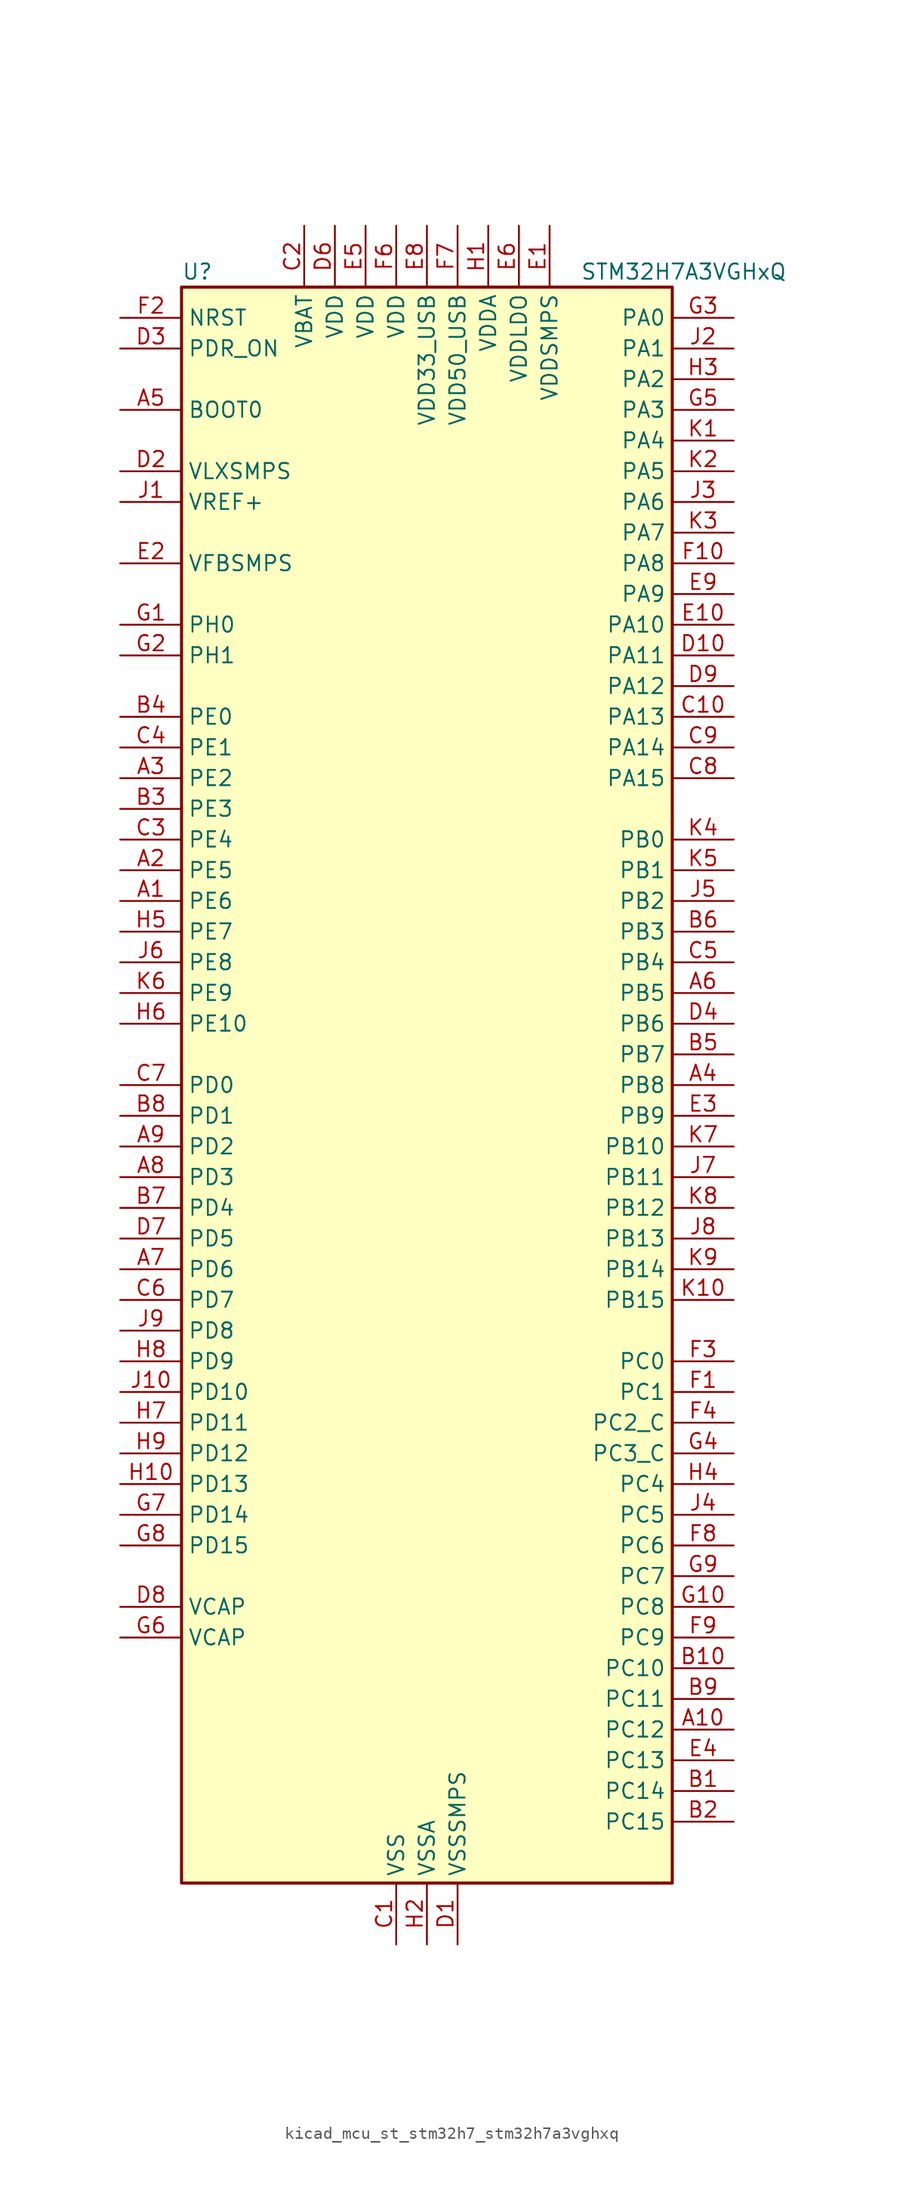
<source format=kicad_sym>
(kicad_symbol_lib
  (version 20220914)
  (generator kicad_symbol_editor)
  (symbol "kicad_mcu_st_stm32h7_stm32h7a3vghxq"
    (property "Reference" "U"
      (at -20.32 67.31 0)
      (effects (font (size 1.27 1.27)) (justify left)))
    (property "Value" "STM32H7A3VGHxQ"
      (at 12.7 67.31 0)
      (effects (font (size 1.27 1.27)) (justify left)))
    (property "ki_locked" ""
      (at 0 0 0)
      (effects (font (size 1.27 1.27))))
    (symbol "kicad_mcu_st_stm32h7_stm32h7a3vghxq_0_1"
      (rectangle (start -20.32 -66.04) (end 20.32 66.04) (stroke (width 0.254) (type default)) (fill (type background))))
    (symbol "kicad_mcu_st_stm32h7_stm32h7a3vghxq_1_1"
      (pin bidirectional line (at -25.4 15.24 0) (length 5.08) (name "PE6" (effects (font (size 1.27 1.27)))) (number "A1" (effects (font (size 1.27 1.27)))) (alternate "DCMI_D7" bidirectional line) (alternate "DEBUG_TRACED3" bidirectional line) (alternate "FMC_A22" bidirectional line) (alternate "LTDC_G1" bidirectional line) (alternate "PSSI_D7" bidirectional line) (alternate "SAI1_D1" bidirectional line) (alternate "SAI1_SD_A" bidirectional line) (alternate "SAI2_MCLK_B" bidirectional line) (alternate "SPI4_MOSI" bidirectional line) (alternate "TIM15_CH2" bidirectional line) (alternate "TIM1_BKIN2" bidirectional line) (alternate "TIM1_BKIN2_COMP1" bidirectional line) (alternate "TIM1_BKIN2_COMP2" bidirectional line))
      (pin bidirectional line (at 25.4 -53.34 180) (length 5.08) (name "PC12" (effects (font (size 1.27 1.27)))) (number "A10" (effects (font (size 1.27 1.27)))) (alternate "DCMI_D9" bidirectional line) (alternate "DEBUG_TRACED3" bidirectional line) (alternate "DFSDM2_CKOUT" bidirectional line) (alternate "I2S3_SDO" bidirectional line) (alternate "I2S6_CK" bidirectional line) (alternate "LTDC_R6" bidirectional line) (alternate "PSSI_D9" bidirectional line) (alternate "SDMMC1_CK" bidirectional line) (alternate "SPI3_MOSI" bidirectional line) (alternate "SPI6_SCK" bidirectional line) (alternate "TIM15_CH1" bidirectional line) (alternate "UART5_TX" bidirectional line) (alternate "USART3_CK" bidirectional line))
      (pin bidirectional line (at -25.4 17.78 0) (length 5.08) (name "PE5" (effects (font (size 1.27 1.27)))) (number "A2" (effects (font (size 1.27 1.27)))) (alternate "DCMI_D6" bidirectional line) (alternate "DEBUG_TRACED2" bidirectional line) (alternate "DFSDM1_CKIN3" bidirectional line) (alternate "FMC_A21" bidirectional line) (alternate "LTDC_G0" bidirectional line) (alternate "PSSI_D6" bidirectional line) (alternate "SAI1_CK2" bidirectional line) (alternate "SAI1_SCK_A" bidirectional line) (alternate "SPI4_MISO" bidirectional line) (alternate "TIM15_CH1" bidirectional line))
      (pin bidirectional line (at -25.4 25.4 0) (length 5.08) (name "PE2" (effects (font (size 1.27 1.27)))) (number "A3" (effects (font (size 1.27 1.27)))) (alternate "DEBUG_TRACECLK" bidirectional line) (alternate "FMC_A23" bidirectional line) (alternate "OCTOSPIM_P1_IO2" bidirectional line) (alternate "SAI1_CK1" bidirectional line) (alternate "SAI1_MCLK_A" bidirectional line) (alternate "SPI4_SCK" bidirectional line) (alternate "USART10_RX" bidirectional line))
      (pin bidirectional line (at 25.4 0 180) (length 5.08) (name "PB8" (effects (font (size 1.27 1.27)))) (number "A4" (effects (font (size 1.27 1.27)))) (alternate "DCMI_D6" bidirectional line) (alternate "DFSDM1_CKIN7" bidirectional line) (alternate "FDCAN1_RX" bidirectional line) (alternate "I2C1_SCL" bidirectional line) (alternate "I2C4_SCL" bidirectional line) (alternate "LTDC_B6" bidirectional line) (alternate "PSSI_D6" bidirectional line) (alternate "SDMMC1_CKIN" bidirectional line) (alternate "SDMMC1_D4" bidirectional line) (alternate "SDMMC2_D4" bidirectional line) (alternate "TIM16_CH1" bidirectional line) (alternate "TIM4_CH3" bidirectional line) (alternate "UART4_RX" bidirectional line))
      (pin input line (at -25.4 55.88 0) (length 5.08) (name "BOOT0" (effects (font (size 1.27 1.27)))) (number "A5" (effects (font (size 1.27 1.27)))))
      (pin bidirectional line (at 25.4 7.62 180) (length 5.08) (name "PB5" (effects (font (size 1.27 1.27)))) (number "A6" (effects (font (size 1.27 1.27)))) (alternate "DCMI_D10" bidirectional line) (alternate "FDCAN2_RX" bidirectional line) (alternate "FMC_SDCKE1" bidirectional line) (alternate "I2C1_SMBA" bidirectional line) (alternate "I2C4_SMBA" bidirectional line) (alternate "I2S1_SDO" bidirectional line) (alternate "I2S3_SDO" bidirectional line) (alternate "I2S6_SDO" bidirectional line) (alternate "LTDC_B5" bidirectional line) (alternate "PSSI_D10" bidirectional line) (alternate "SPI1_MOSI" bidirectional line) (alternate "SPI3_MOSI" bidirectional line) (alternate "SPI6_MOSI" bidirectional line) (alternate "TIM17_BKIN" bidirectional line) (alternate "TIM3_CH2" bidirectional line) (alternate "UART5_RX" bidirectional line) (alternate "USB_OTG_HS_ULPI_D7" bidirectional line))
      (pin bidirectional line (at -25.4 -15.24 0) (length 5.08) (name "PD6" (effects (font (size 1.27 1.27)))) (number "A7" (effects (font (size 1.27 1.27)))) (alternate "DCMI_D10" bidirectional line) (alternate "DFSDM1_CKIN4" bidirectional line) (alternate "DFSDM1_DATIN1" bidirectional line) (alternate "FMC_NWAIT" bidirectional line) (alternate "I2S3_SDO" bidirectional line) (alternate "LTDC_B2" bidirectional line) (alternate "OCTOSPIM_P1_IO6" bidirectional line) (alternate "PSSI_D10" bidirectional line) (alternate "SAI1_D1" bidirectional line) (alternate "SAI1_SD_A" bidirectional line) (alternate "SDMMC2_CK" bidirectional line) (alternate "SPI3_MOSI" bidirectional line) (alternate "USART2_RX" bidirectional line))
      (pin bidirectional line (at -25.4 -7.62 0) (length 5.08) (name "PD3" (effects (font (size 1.27 1.27)))) (number "A8" (effects (font (size 1.27 1.27)))) (alternate "DCMI_D5" bidirectional line) (alternate "DFSDM1_CKOUT" bidirectional line) (alternate "FMC_CLK" bidirectional line) (alternate "I2S2_CK" bidirectional line) (alternate "LTDC_G7" bidirectional line) (alternate "PSSI_D5" bidirectional line) (alternate "SPI2_SCK" bidirectional line) (alternate "USART2_CTS" bidirectional line) (alternate "USART2_NSS" bidirectional line))
      (pin bidirectional line (at -25.4 -5.08 0) (length 5.08) (name "PD2" (effects (font (size 1.27 1.27)))) (number "A9" (effects (font (size 1.27 1.27)))) (alternate "DCMI_D11" bidirectional line) (alternate "DEBUG_TRACED2" bidirectional line) (alternate "LTDC_B2" bidirectional line) (alternate "LTDC_B7" bidirectional line) (alternate "PSSI_D11" bidirectional line) (alternate "SDMMC1_CMD" bidirectional line) (alternate "TIM15_BKIN" bidirectional line) (alternate "TIM3_ETR" bidirectional line) (alternate "UART5_RX" bidirectional line))
      (pin bidirectional line (at 25.4 -58.42 180) (length 5.08) (name "PC14" (effects (font (size 1.27 1.27)))) (number "B1" (effects (font (size 1.27 1.27)))) (alternate "RCC_OSC32_IN" bidirectional line))
      (pin bidirectional line (at 25.4 -48.26 180) (length 5.08) (name "PC10" (effects (font (size 1.27 1.27)))) (number "B10" (effects (font (size 1.27 1.27)))) (alternate "DCMI_D8" bidirectional line) (alternate "DFSDM1_CKIN5" bidirectional line) (alternate "DFSDM2_CKIN0" bidirectional line) (alternate "I2S3_CK" bidirectional line) (alternate "LTDC_B1" bidirectional line) (alternate "LTDC_R2" bidirectional line) (alternate "OCTOSPIM_P1_IO1" bidirectional line) (alternate "PSSI_D8" bidirectional line) (alternate "SDMMC1_D2" bidirectional line) (alternate "SPI3_SCK" bidirectional line) (alternate "SWPMI1_RX" bidirectional line) (alternate "UART4_TX" bidirectional line) (alternate "USART3_TX" bidirectional line))
      (pin bidirectional line (at 25.4 -60.96 180) (length 5.08) (name "PC15" (effects (font (size 1.27 1.27)))) (number "B2" (effects (font (size 1.27 1.27)))) (alternate "ADC1_EXTI15" bidirectional line) (alternate "ADC2_EXTI15" bidirectional line) (alternate "RCC_OSC32_OUT" bidirectional line))
      (pin bidirectional line (at -25.4 22.86 0) (length 5.08) (name "PE3" (effects (font (size 1.27 1.27)))) (number "B3" (effects (font (size 1.27 1.27)))) (alternate "DEBUG_TRACED0" bidirectional line) (alternate "FMC_A19" bidirectional line) (alternate "SAI1_SD_B" bidirectional line) (alternate "TIM15_BKIN" bidirectional line) (alternate "USART10_TX" bidirectional line))
      (pin bidirectional line (at -25.4 30.48 0) (length 5.08) (name "PE0" (effects (font (size 1.27 1.27)))) (number "B4" (effects (font (size 1.27 1.27)))) (alternate "DCMI_D2" bidirectional line) (alternate "FMC_NBL0" bidirectional line) (alternate "LPTIM1_ETR" bidirectional line) (alternate "LPTIM2_ETR" bidirectional line) (alternate "LTDC_R0" bidirectional line) (alternate "PSSI_D2" bidirectional line) (alternate "SAI2_MCLK_A" bidirectional line) (alternate "TIM4_ETR" bidirectional line) (alternate "UART8_RX" bidirectional line))
      (pin bidirectional line (at 25.4 2.54 180) (length 5.08) (name "PB7" (effects (font (size 1.27 1.27)))) (number "B5" (effects (font (size 1.27 1.27)))) (alternate "DCMI_VSYNC" bidirectional line) (alternate "DFSDM1_CKIN5" bidirectional line) (alternate "FMC_NL" bidirectional line) (alternate "I2C1_SDA" bidirectional line) (alternate "I2C4_SDA" bidirectional line) (alternate "LPUART1_RX" bidirectional line) (alternate "PSSI_RDY" bidirectional line) (alternate "PWR_PVD_IN" bidirectional line) (alternate "TIM17_CH1N" bidirectional line) (alternate "TIM4_CH2" bidirectional line) (alternate "USART1_RX" bidirectional line))
      (pin bidirectional line (at 25.4 12.7 180) (length 5.08) (name "PB3" (effects (font (size 1.27 1.27)))) (number "B6" (effects (font (size 1.27 1.27)))) (alternate "CRS_SYNC" bidirectional line) (alternate "DEBUG_JTDO-SWO" bidirectional line) (alternate "I2S1_CK" bidirectional line) (alternate "I2S3_CK" bidirectional line) (alternate "I2S6_CK" bidirectional line) (alternate "SDMMC2_D2" bidirectional line) (alternate "SPI1_SCK" bidirectional line) (alternate "SPI3_SCK" bidirectional line) (alternate "SPI6_SCK" bidirectional line) (alternate "TIM2_CH2" bidirectional line) (alternate "UART7_RX" bidirectional line))
      (pin bidirectional line (at -25.4 -10.16 0) (length 5.08) (name "PD4" (effects (font (size 1.27 1.27)))) (number "B7" (effects (font (size 1.27 1.27)))) (alternate "FMC_NOE" bidirectional line) (alternate "OCTOSPIM_P1_IO4" bidirectional line) (alternate "USART2_DE" bidirectional line) (alternate "USART2_RTS" bidirectional line))
      (pin bidirectional line (at -25.4 -2.54 0) (length 5.08) (name "PD1" (effects (font (size 1.27 1.27)))) (number "B8" (effects (font (size 1.27 1.27)))) (alternate "DFSDM1_DATIN6" bidirectional line) (alternate "FDCAN1_TX" bidirectional line) (alternate "FMC_D3" bidirectional line) (alternate "FMC_DA3" bidirectional line) (alternate "UART4_TX" bidirectional line))
      (pin bidirectional line (at 25.4 -50.8 180) (length 5.08) (name "PC11" (effects (font (size 1.27 1.27)))) (number "B9" (effects (font (size 1.27 1.27)))) (alternate "ADC1_EXTI11" bidirectional line) (alternate "ADC2_EXTI11" bidirectional line) (alternate "DCMI_D4" bidirectional line) (alternate "DFSDM1_DATIN5" bidirectional line) (alternate "DFSDM2_DATIN0" bidirectional line) (alternate "I2S3_SDI" bidirectional line) (alternate "LTDC_B4" bidirectional line) (alternate "OCTOSPIM_P1_NCS" bidirectional line) (alternate "PSSI_D4" bidirectional line) (alternate "SDMMC1_D3" bidirectional line) (alternate "SPI3_MISO" bidirectional line) (alternate "UART4_RX" bidirectional line) (alternate "USART3_RX" bidirectional line))
      (pin power_in line (at -2.54 -71.12 90) (length 5.08) (name "VSS" (effects (font (size 1.27 1.27)))) (number "C1" (effects (font (size 1.27 1.27)))))
      (pin bidirectional line (at 25.4 30.48 180) (length 5.08) (name "PA13" (effects (font (size 1.27 1.27)))) (number "C10" (effects (font (size 1.27 1.27)))) (alternate "DEBUG_JTMS-SWDIO" bidirectional line))
      (pin power_in line (at -10.16 71.12 270) (length 5.08) (name "VBAT" (effects (font (size 1.27 1.27)))) (number "C2" (effects (font (size 1.27 1.27)))))
      (pin bidirectional line (at -25.4 20.32 0) (length 5.08) (name "PE4" (effects (font (size 1.27 1.27)))) (number "C3" (effects (font (size 1.27 1.27)))) (alternate "DCMI_D4" bidirectional line) (alternate "DEBUG_TRACED1" bidirectional line) (alternate "DFSDM1_DATIN3" bidirectional line) (alternate "FMC_A20" bidirectional line) (alternate "LTDC_B0" bidirectional line) (alternate "PSSI_D4" bidirectional line) (alternate "SAI1_D2" bidirectional line) (alternate "SAI1_FS_A" bidirectional line) (alternate "SPI4_NSS" bidirectional line) (alternate "TIM15_CH1N" bidirectional line))
      (pin bidirectional line (at -25.4 27.94 0) (length 5.08) (name "PE1" (effects (font (size 1.27 1.27)))) (number "C4" (effects (font (size 1.27 1.27)))) (alternate "DCMI_D3" bidirectional line) (alternate "FMC_NBL1" bidirectional line) (alternate "LPTIM1_IN2" bidirectional line) (alternate "LTDC_R6" bidirectional line) (alternate "PSSI_D3" bidirectional line) (alternate "UART8_TX" bidirectional line))
      (pin bidirectional line (at 25.4 10.16 180) (length 5.08) (name "PB4" (effects (font (size 1.27 1.27)))) (number "C5" (effects (font (size 1.27 1.27)))) (alternate "DEBUG_JTRST" bidirectional line) (alternate "I2S1_SDI" bidirectional line) (alternate "I2S2_WS" bidirectional line) (alternate "I2S3_SDI" bidirectional line) (alternate "I2S6_SDI" bidirectional line) (alternate "SDMMC2_D3" bidirectional line) (alternate "SPI1_MISO" bidirectional line) (alternate "SPI2_NSS" bidirectional line) (alternate "SPI3_MISO" bidirectional line) (alternate "SPI6_MISO" bidirectional line) (alternate "TIM16_BKIN" bidirectional line) (alternate "TIM3_CH1" bidirectional line) (alternate "UART7_TX" bidirectional line))
      (pin bidirectional line (at -25.4 -17.78 0) (length 5.08) (name "PD7" (effects (font (size 1.27 1.27)))) (number "C6" (effects (font (size 1.27 1.27)))) (alternate "DFSDM1_CKIN1" bidirectional line) (alternate "DFSDM1_DATIN4" bidirectional line) (alternate "FMC_NE1" bidirectional line) (alternate "I2S1_SDO" bidirectional line) (alternate "OCTOSPIM_P1_IO7" bidirectional line) (alternate "SDMMC2_CMD" bidirectional line) (alternate "SPDIFRX_IN0" bidirectional line) (alternate "SPI1_MOSI" bidirectional line) (alternate "USART2_CK" bidirectional line))
      (pin bidirectional line (at -25.4 0 0) (length 5.08) (name "PD0" (effects (font (size 1.27 1.27)))) (number "C7" (effects (font (size 1.27 1.27)))) (alternate "DFSDM1_CKIN6" bidirectional line) (alternate "FDCAN1_RX" bidirectional line) (alternate "FMC_D2" bidirectional line) (alternate "FMC_DA2" bidirectional line) (alternate "LTDC_B1" bidirectional line) (alternate "UART4_RX" bidirectional line) (alternate "UART9_CTS" bidirectional line))
      (pin bidirectional line (at 25.4 25.4 180) (length 5.08) (name "PA15" (effects (font (size 1.27 1.27)))) (number "C8" (effects (font (size 1.27 1.27)))) (alternate "ADC1_EXTI15" bidirectional line) (alternate "ADC2_EXTI15" bidirectional line) (alternate "CEC" bidirectional line) (alternate "DEBUG_JTDI" bidirectional line) (alternate "I2S1_WS" bidirectional line) (alternate "I2S3_WS" bidirectional line) (alternate "I2S6_WS" bidirectional line) (alternate "LTDC_B6" bidirectional line) (alternate "LTDC_R3" bidirectional line) (alternate "SPI1_NSS" bidirectional line) (alternate "SPI3_NSS" bidirectional line) (alternate "SPI6_NSS" bidirectional line) (alternate "TIM2_CH1" bidirectional line) (alternate "TIM2_ETR" bidirectional line) (alternate "UART4_DE" bidirectional line) (alternate "UART4_RTS" bidirectional line) (alternate "UART7_TX" bidirectional line))
      (pin bidirectional line (at 25.4 27.94 180) (length 5.08) (name "PA14" (effects (font (size 1.27 1.27)))) (number "C9" (effects (font (size 1.27 1.27)))) (alternate "DEBUG_JTCK-SWCLK" bidirectional line))
      (pin power_in line (at 2.54 -71.12 90) (length 5.08) (name "VSSSMPS" (effects (font (size 1.27 1.27)))) (number "D1" (effects (font (size 1.27 1.27)))))
      (pin bidirectional line (at 25.4 35.56 180) (length 5.08) (name "PA11" (effects (font (size 1.27 1.27)))) (number "D10" (effects (font (size 1.27 1.27)))) (alternate "ADC1_EXTI11" bidirectional line) (alternate "ADC2_EXTI11" bidirectional line) (alternate "FDCAN1_RX" bidirectional line) (alternate "I2S2_WS" bidirectional line) (alternate "LPUART1_CTS" bidirectional line) (alternate "LTDC_R4" bidirectional line) (alternate "SPI2_NSS" bidirectional line) (alternate "TIM1_CH4" bidirectional line) (alternate "UART4_RX" bidirectional line) (alternate "USART1_CTS" bidirectional line) (alternate "USART1_NSS" bidirectional line) (alternate "USB_OTG_HS_DM" bidirectional line))
      (pin power_in line (at -25.4 50.8 0) (length 5.08) (name "VLXSMPS" (effects (font (size 1.27 1.27)))) (number "D2" (effects (font (size 1.27 1.27)))))
      (pin input line (at -25.4 60.96 0) (length 5.08) (name "PDR_ON" (effects (font (size 1.27 1.27)))) (number "D3" (effects (font (size 1.27 1.27)))))
      (pin bidirectional line (at 25.4 5.08 180) (length 5.08) (name "PB6" (effects (font (size 1.27 1.27)))) (number "D4" (effects (font (size 1.27 1.27)))) (alternate "CEC" bidirectional line) (alternate "DCMI_D5" bidirectional line) (alternate "DFSDM1_DATIN5" bidirectional line) (alternate "FDCAN2_TX" bidirectional line) (alternate "FMC_SDNE1" bidirectional line) (alternate "I2C1_SCL" bidirectional line) (alternate "I2C4_SCL" bidirectional line) (alternate "LPUART1_TX" bidirectional line) (alternate "OCTOSPIM_P1_NCS" bidirectional line) (alternate "PSSI_D5" bidirectional line) (alternate "TIM16_CH1N" bidirectional line) (alternate "TIM4_CH1" bidirectional line) (alternate "UART5_TX" bidirectional line) (alternate "USART1_TX" bidirectional line))
      (pin passive line (at -2.54 -71.12 90) (length 5.08) hide (name "VSS" (effects (font (size 1.27 1.27)))) (number "D5" (effects (font (size 1.27 1.27)))))
      (pin power_in line (at -7.62 71.12 270) (length 5.08) (name "VDD" (effects (font (size 1.27 1.27)))) (number "D6" (effects (font (size 1.27 1.27)))))
      (pin bidirectional line (at -25.4 -12.7 0) (length 5.08) (name "PD5" (effects (font (size 1.27 1.27)))) (number "D7" (effects (font (size 1.27 1.27)))) (alternate "FMC_NWE" bidirectional line) (alternate "OCTOSPIM_P1_IO5" bidirectional line) (alternate "USART2_TX" bidirectional line))
      (pin power_out line (at -25.4 -43.18 0) (length 5.08) (name "VCAP" (effects (font (size 1.27 1.27)))) (number "D8" (effects (font (size 1.27 1.27)))))
      (pin bidirectional line (at 25.4 33.02 180) (length 5.08) (name "PA12" (effects (font (size 1.27 1.27)))) (number "D9" (effects (font (size 1.27 1.27)))) (alternate "FDCAN1_TX" bidirectional line) (alternate "I2S2_CK" bidirectional line) (alternate "LPUART1_DE" bidirectional line) (alternate "LPUART1_RTS" bidirectional line) (alternate "LTDC_R5" bidirectional line) (alternate "SAI2_FS_B" bidirectional line) (alternate "SPI2_SCK" bidirectional line) (alternate "TIM1_ETR" bidirectional line) (alternate "UART4_TX" bidirectional line) (alternate "USART1_DE" bidirectional line) (alternate "USART1_RTS" bidirectional line) (alternate "USB_OTG_HS_DP" bidirectional line))
      (pin power_in line (at 10.16 71.12 270) (length 5.08) (name "VDDSMPS" (effects (font (size 1.27 1.27)))) (number "E1" (effects (font (size 1.27 1.27)))))
      (pin bidirectional line (at 25.4 38.1 180) (length 5.08) (name "PA10" (effects (font (size 1.27 1.27)))) (number "E10" (effects (font (size 1.27 1.27)))) (alternate "DCMI_D1" bidirectional line) (alternate "LPUART1_RX" bidirectional line) (alternate "LTDC_B1" bidirectional line) (alternate "LTDC_B4" bidirectional line) (alternate "MDIOS_MDIO" bidirectional line) (alternate "PSSI_D1" bidirectional line) (alternate "TIM1_CH3" bidirectional line) (alternate "USART1_RX" bidirectional line) (alternate "USB_OTG_HS_ID" bidirectional line))
      (pin input line (at -25.4 43.18 0) (length 5.08) (name "VFBSMPS" (effects (font (size 1.27 1.27)))) (number "E2" (effects (font (size 1.27 1.27)))))
      (pin bidirectional line (at 25.4 -2.54 180) (length 5.08) (name "PB9" (effects (font (size 1.27 1.27)))) (number "E3" (effects (font (size 1.27 1.27)))) (alternate "DAC1_EXTI9" bidirectional line) (alternate "DCMI_D7" bidirectional line) (alternate "DFSDM1_DATIN7" bidirectional line) (alternate "FDCAN1_TX" bidirectional line) (alternate "I2C1_SDA" bidirectional line) (alternate "I2C4_SDA" bidirectional line) (alternate "I2C4_SMBA" bidirectional line) (alternate "I2S2_WS" bidirectional line) (alternate "LTDC_B7" bidirectional line) (alternate "PSSI_D7" bidirectional line) (alternate "SDMMC1_CDIR" bidirectional line) (alternate "SDMMC1_D5" bidirectional line) (alternate "SDMMC2_D5" bidirectional line) (alternate "SPI2_NSS" bidirectional line) (alternate "TIM17_CH1" bidirectional line) (alternate "TIM4_CH4" bidirectional line) (alternate "UART4_TX" bidirectional line))
      (pin bidirectional line (at 25.4 -55.88 180) (length 5.08) (name "PC13" (effects (font (size 1.27 1.27)))) (number "E4" (effects (font (size 1.27 1.27)))) (alternate "PWR_WKUP4" bidirectional line) (alternate "RTC_OUT_ALARM" bidirectional line) (alternate "RTC_OUT_CALIB" bidirectional line) (alternate "RTC_TAMP1" bidirectional line) (alternate "RTC_TS" bidirectional line))
      (pin power_in line (at -5.08 71.12 270) (length 5.08) (name "VDD" (effects (font (size 1.27 1.27)))) (number "E5" (effects (font (size 1.27 1.27)))))
      (pin power_in line (at 7.62 71.12 270) (length 5.08) (name "VDDLDO" (effects (font (size 1.27 1.27)))) (number "E6" (effects (font (size 1.27 1.27)))))
      (pin passive line (at -2.54 -71.12 90) (length 5.08) hide (name "VSS" (effects (font (size 1.27 1.27)))) (number "E7" (effects (font (size 1.27 1.27)))))
      (pin power_in line (at 0 71.12 270) (length 5.08) (name "VDD33_USB" (effects (font (size 1.27 1.27)))) (number "E8" (effects (font (size 1.27 1.27)))))
      (pin bidirectional line (at 25.4 40.64 180) (length 5.08) (name "PA9" (effects (font (size 1.27 1.27)))) (number "E9" (effects (font (size 1.27 1.27)))) (alternate "DAC1_EXTI9" bidirectional line) (alternate "DCMI_D0" bidirectional line) (alternate "I2C3_SMBA" bidirectional line) (alternate "I2S2_CK" bidirectional line) (alternate "LPUART1_TX" bidirectional line) (alternate "LTDC_R5" bidirectional line) (alternate "PSSI_D0" bidirectional line) (alternate "SPI2_SCK" bidirectional line) (alternate "TIM1_CH2" bidirectional line) (alternate "USART1_TX" bidirectional line) (alternate "USB_OTG_HS_VBUS" bidirectional line))
      (pin bidirectional line (at 25.4 -25.4 180) (length 5.08) (name "PC1" (effects (font (size 1.27 1.27)))) (number "F1" (effects (font (size 1.27 1.27)))) (alternate "ADC1_INN10" bidirectional line) (alternate "ADC1_INP11" bidirectional line) (alternate "ADC2_INN10" bidirectional line) (alternate "ADC2_INP11" bidirectional line) (alternate "DEBUG_TRACED0" bidirectional line) (alternate "DFSDM1_CKIN4" bidirectional line) (alternate "DFSDM1_DATIN0" bidirectional line) (alternate "I2S2_SDO" bidirectional line) (alternate "LTDC_G5" bidirectional line) (alternate "MDIOS_MDC" bidirectional line) (alternate "OCTOSPIM_P1_IO4" bidirectional line) (alternate "PWR_WKUP6" bidirectional line) (alternate "RTC_TAMP3" bidirectional line) (alternate "SAI1_D1" bidirectional line) (alternate "SAI1_SD_A" bidirectional line) (alternate "SDMMC2_CK" bidirectional line) (alternate "SPI2_MOSI" bidirectional line))
      (pin bidirectional line (at 25.4 43.18 180) (length 5.08) (name "PA8" (effects (font (size 1.27 1.27)))) (number "F10" (effects (font (size 1.27 1.27)))) (alternate "I2C3_SCL" bidirectional line) (alternate "LTDC_B3" bidirectional line) (alternate "LTDC_R6" bidirectional line) (alternate "RCC_MCO_1" bidirectional line) (alternate "TIM1_CH1" bidirectional line) (alternate "TIM8_BKIN2" bidirectional line) (alternate "TIM8_BKIN2_COMP1" bidirectional line) (alternate "TIM8_BKIN2_COMP2" bidirectional line) (alternate "UART7_RX" bidirectional line) (alternate "USART1_CK" bidirectional line) (alternate "USB_OTG_HS_SOF" bidirectional line))
      (pin input line (at -25.4 63.5 0) (length 5.08) (name "NRST" (effects (font (size 1.27 1.27)))) (number "F2" (effects (font (size 1.27 1.27)))))
      (pin bidirectional line (at 25.4 -22.86 180) (length 5.08) (name "PC0" (effects (font (size 1.27 1.27)))) (number "F3" (effects (font (size 1.27 1.27)))) (alternate "ADC1_INP10" bidirectional line) (alternate "ADC2_INP10" bidirectional line) (alternate "DFSDM1_CKIN0" bidirectional line) (alternate "DFSDM1_DATIN4" bidirectional line) (alternate "FMC_A25" bidirectional line) (alternate "FMC_SDNWE" bidirectional line) (alternate "LTDC_G2" bidirectional line) (alternate "LTDC_R5" bidirectional line) (alternate "SAI2_FS_B" bidirectional line) (alternate "USB_OTG_HS_ULPI_STP" bidirectional line))
      (pin bidirectional line (at 25.4 -27.94 180) (length 5.08) (name "PC2_C" (effects (font (size 1.27 1.27)))) (number "F4" (effects (font (size 1.27 1.27)))) (alternate "ADC2_INN1" bidirectional line) (alternate "ADC2_INP0" bidirectional line) (alternate "DFSDM1_CKIN1" bidirectional line) (alternate "DFSDM1_CKOUT" bidirectional line) (alternate "FMC_SDNE0" bidirectional line) (alternate "I2S2_SDI" bidirectional line) (alternate "OCTOSPIM_P1_IO2" bidirectional line) (alternate "OCTOSPIM_P1_IO5" bidirectional line) (alternate "PWR_CSTOP" bidirectional line) (alternate "SPI2_MISO" bidirectional line) (alternate "USB_OTG_HS_ULPI_DIR" bidirectional line))
      (pin passive line (at -2.54 -71.12 90) (length 5.08) hide (name "VSS" (effects (font (size 1.27 1.27)))) (number "F5" (effects (font (size 1.27 1.27)))))
      (pin power_in line (at -2.54 71.12 270) (length 5.08) (name "VDD" (effects (font (size 1.27 1.27)))) (number "F6" (effects (font (size 1.27 1.27)))))
      (pin power_in line (at 2.54 71.12 270) (length 5.08) (name "VDD50_USB" (effects (font (size 1.27 1.27)))) (number "F7" (effects (font (size 1.27 1.27)))))
      (pin bidirectional line (at 25.4 -38.1 180) (length 5.08) (name "PC6" (effects (font (size 1.27 1.27)))) (number "F8" (effects (font (size 1.27 1.27)))) (alternate "DCMI_D0" bidirectional line) (alternate "DFSDM1_CKIN3" bidirectional line) (alternate "FMC_NWAIT" bidirectional line) (alternate "I2S2_MCK" bidirectional line) (alternate "LTDC_HSYNC" bidirectional line) (alternate "PSSI_D0" bidirectional line) (alternate "SDMMC1_D0DIR" bidirectional line) (alternate "SDMMC1_D6" bidirectional line) (alternate "SDMMC2_D6" bidirectional line) (alternate "SWPMI1_IO" bidirectional line) (alternate "TIM3_CH1" bidirectional line) (alternate "TIM8_CH1" bidirectional line) (alternate "USART6_TX" bidirectional line))
      (pin bidirectional line (at 25.4 -45.72 180) (length 5.08) (name "PC9" (effects (font (size 1.27 1.27)))) (number "F9" (effects (font (size 1.27 1.27)))) (alternate "DAC1_EXTI9" bidirectional line) (alternate "DCMI_D3" bidirectional line) (alternate "I2C3_SDA" bidirectional line) (alternate "I2S_CKIN" bidirectional line) (alternate "LTDC_B2" bidirectional line) (alternate "LTDC_G3" bidirectional line) (alternate "OCTOSPIM_P1_IO0" bidirectional line) (alternate "PSSI_D3" bidirectional line) (alternate "RCC_MCO_2" bidirectional line) (alternate "SDMMC1_D1" bidirectional line) (alternate "SWPMI1_SUSPEND" bidirectional line) (alternate "TIM3_CH4" bidirectional line) (alternate "TIM8_CH4" bidirectional line) (alternate "UART5_CTS" bidirectional line))
      (pin bidirectional line (at -25.4 38.1 0) (length 5.08) (name "PH0" (effects (font (size 1.27 1.27)))) (number "G1" (effects (font (size 1.27 1.27)))) (alternate "RCC_OSC_IN" bidirectional line))
      (pin bidirectional line (at 25.4 -43.18 180) (length 5.08) (name "PC8" (effects (font (size 1.27 1.27)))) (number "G10" (effects (font (size 1.27 1.27)))) (alternate "DCMI_D2" bidirectional line) (alternate "DEBUG_TRACED1" bidirectional line) (alternate "FMC_INT" bidirectional line) (alternate "FMC_NCE" bidirectional line) (alternate "FMC_NE2" bidirectional line) (alternate "PSSI_D2" bidirectional line) (alternate "SDMMC1_D0" bidirectional line) (alternate "SWPMI1_RX" bidirectional line) (alternate "TIM3_CH3" bidirectional line) (alternate "TIM8_CH3" bidirectional line) (alternate "UART5_DE" bidirectional line) (alternate "UART5_RTS" bidirectional line) (alternate "USART6_CK" bidirectional line))
      (pin bidirectional line (at -25.4 35.56 0) (length 5.08) (name "PH1" (effects (font (size 1.27 1.27)))) (number "G2" (effects (font (size 1.27 1.27)))) (alternate "RCC_OSC_OUT" bidirectional line))
      (pin bidirectional line (at 25.4 63.5 180) (length 5.08) (name "PA0" (effects (font (size 1.27 1.27)))) (number "G3" (effects (font (size 1.27 1.27)))) (alternate "ADC1_INP16" bidirectional line) (alternate "I2S6_WS" bidirectional line) (alternate "PWR_WKUP1" bidirectional line) (alternate "SAI2_SD_B" bidirectional line) (alternate "SDMMC2_CMD" bidirectional line) (alternate "SPI6_NSS" bidirectional line) (alternate "TIM15_BKIN" bidirectional line) (alternate "TIM2_CH1" bidirectional line) (alternate "TIM2_ETR" bidirectional line) (alternate "TIM5_CH1" bidirectional line) (alternate "TIM8_ETR" bidirectional line) (alternate "UART4_TX" bidirectional line) (alternate "USART2_CTS" bidirectional line) (alternate "USART2_NSS" bidirectional line))
      (pin bidirectional line (at 25.4 -30.48 180) (length 5.08) (name "PC3_C" (effects (font (size 1.27 1.27)))) (number "G4" (effects (font (size 1.27 1.27)))) (alternate "ADC2_INP1" bidirectional line) (alternate "DFSDM1_DATIN1" bidirectional line) (alternate "FMC_SDCKE0" bidirectional line) (alternate "I2S2_SDO" bidirectional line) (alternate "OCTOSPIM_P1_IO0" bidirectional line) (alternate "OCTOSPIM_P1_IO6" bidirectional line) (alternate "PWR_CSLEEP" bidirectional line) (alternate "SPI2_MOSI" bidirectional line) (alternate "USB_OTG_HS_ULPI_NXT" bidirectional line))
      (pin bidirectional line (at 25.4 55.88 180) (length 5.08) (name "PA3" (effects (font (size 1.27 1.27)))) (number "G5" (effects (font (size 1.27 1.27)))) (alternate "ADC1_INP15" bidirectional line) (alternate "I2S6_MCK" bidirectional line) (alternate "LTDC_B2" bidirectional line) (alternate "LTDC_B5" bidirectional line) (alternate "OCTOSPIM_P1_CLK" bidirectional line) (alternate "TIM15_CH2" bidirectional line) (alternate "TIM2_CH4" bidirectional line) (alternate "TIM5_CH4" bidirectional line) (alternate "USART2_RX" bidirectional line) (alternate "USB_OTG_HS_ULPI_D0" bidirectional line))
      (pin power_out line (at -25.4 -45.72 0) (length 5.08) (name "VCAP" (effects (font (size 1.27 1.27)))) (number "G6" (effects (font (size 1.27 1.27)))))
      (pin bidirectional line (at -25.4 -35.56 0) (length 5.08) (name "PD14" (effects (font (size 1.27 1.27)))) (number "G7" (effects (font (size 1.27 1.27)))) (alternate "FMC_D0" bidirectional line) (alternate "FMC_DA0" bidirectional line) (alternate "TIM4_CH3" bidirectional line) (alternate "UART8_CTS" bidirectional line) (alternate "UART9_RX" bidirectional line))
      (pin bidirectional line (at -25.4 -38.1 0) (length 5.08) (name "PD15" (effects (font (size 1.27 1.27)))) (number "G8" (effects (font (size 1.27 1.27)))) (alternate "ADC1_EXTI15" bidirectional line) (alternate "ADC2_EXTI15" bidirectional line) (alternate "FMC_D1" bidirectional line) (alternate "FMC_DA1" bidirectional line) (alternate "TIM4_CH4" bidirectional line) (alternate "UART8_DE" bidirectional line) (alternate "UART8_RTS" bidirectional line) (alternate "UART9_TX" bidirectional line))
      (pin bidirectional line (at 25.4 -40.64 180) (length 5.08) (name "PC7" (effects (font (size 1.27 1.27)))) (number "G9" (effects (font (size 1.27 1.27)))) (alternate "DCMI_D1" bidirectional line) (alternate "DEBUG_TRGIO" bidirectional line) (alternate "DFSDM1_DATIN3" bidirectional line) (alternate "FMC_NE1" bidirectional line) (alternate "I2S3_MCK" bidirectional line) (alternate "LTDC_G6" bidirectional line) (alternate "PSSI_D1" bidirectional line) (alternate "SDMMC1_D123DIR" bidirectional line) (alternate "SDMMC1_D7" bidirectional line) (alternate "SDMMC2_D7" bidirectional line) (alternate "SWPMI1_TX" bidirectional line) (alternate "TIM3_CH2" bidirectional line) (alternate "TIM8_CH2" bidirectional line) (alternate "USART6_RX" bidirectional line))
      (pin power_in line (at 5.08 71.12 270) (length 5.08) (name "VDDA" (effects (font (size 1.27 1.27)))) (number "H1" (effects (font (size 1.27 1.27)))))
      (pin bidirectional line (at -25.4 -33.02 0) (length 5.08) (name "PD13" (effects (font (size 1.27 1.27)))) (number "H10" (effects (font (size 1.27 1.27)))) (alternate "DCMI_D13" bidirectional line) (alternate "FMC_A18" bidirectional line) (alternate "I2C4_SDA" bidirectional line) (alternate "LPTIM1_OUT" bidirectional line) (alternate "OCTOSPIM_P1_IO3" bidirectional line) (alternate "PSSI_D13" bidirectional line) (alternate "SAI2_SCK_A" bidirectional line) (alternate "TIM4_CH2" bidirectional line) (alternate "UART9_DE" bidirectional line) (alternate "UART9_RTS" bidirectional line))
      (pin power_in line (at 0 -71.12 90) (length 5.08) (name "VSSA" (effects (font (size 1.27 1.27)))) (number "H2" (effects (font (size 1.27 1.27)))))
      (pin bidirectional line (at 25.4 58.42 180) (length 5.08) (name "PA2" (effects (font (size 1.27 1.27)))) (number "H3" (effects (font (size 1.27 1.27)))) (alternate "ADC1_INP14" bidirectional line) (alternate "DFSDM2_CKIN1" bidirectional line) (alternate "LTDC_R1" bidirectional line) (alternate "MDIOS_MDIO" bidirectional line) (alternate "PWR_WKUP2" bidirectional line) (alternate "SAI2_SCK_B" bidirectional line) (alternate "TIM15_CH1" bidirectional line) (alternate "TIM2_CH3" bidirectional line) (alternate "TIM5_CH3" bidirectional line) (alternate "USART2_TX" bidirectional line))
      (pin bidirectional line (at 25.4 -33.02 180) (length 5.08) (name "PC4" (effects (font (size 1.27 1.27)))) (number "H4" (effects (font (size 1.27 1.27)))) (alternate "ADC1_INP4" bidirectional line) (alternate "ADC2_INP4" bidirectional line) (alternate "COMP1_INM" bidirectional line) (alternate "DFSDM1_CKIN2" bidirectional line) (alternate "FMC_SDNE0" bidirectional line) (alternate "I2S1_MCK" bidirectional line) (alternate "LTDC_R7" bidirectional line) (alternate "OPAMP1_VOUT" bidirectional line) (alternate "SPDIFRX_IN2" bidirectional line))
      (pin bidirectional line (at -25.4 12.7 0) (length 5.08) (name "PE7" (effects (font (size 1.27 1.27)))) (number "H5" (effects (font (size 1.27 1.27)))) (alternate "COMP2_INM" bidirectional line) (alternate "DFSDM1_DATIN2" bidirectional line) (alternate "FMC_D4" bidirectional line) (alternate "FMC_DA4" bidirectional line) (alternate "OCTOSPIM_P1_IO4" bidirectional line) (alternate "OPAMP2_VOUT" bidirectional line) (alternate "TIM1_ETR" bidirectional line) (alternate "UART7_RX" bidirectional line))
      (pin bidirectional line (at -25.4 5.08 0) (length 5.08) (name "PE10" (effects (font (size 1.27 1.27)))) (number "H6" (effects (font (size 1.27 1.27)))) (alternate "COMP2_INM" bidirectional line) (alternate "DFSDM1_DATIN4" bidirectional line) (alternate "FMC_D7" bidirectional line) (alternate "FMC_DA7" bidirectional line) (alternate "OCTOSPIM_P1_IO7" bidirectional line) (alternate "TIM1_CH2N" bidirectional line) (alternate "UART7_CTS" bidirectional line))
      (pin bidirectional line (at -25.4 -27.94 0) (length 5.08) (name "PD11" (effects (font (size 1.27 1.27)))) (number "H7" (effects (font (size 1.27 1.27)))) (alternate "ADC1_EXTI11" bidirectional line) (alternate "ADC2_EXTI11" bidirectional line) (alternate "FMC_A16" bidirectional line) (alternate "FMC_CLE" bidirectional line) (alternate "I2C4_SMBA" bidirectional line) (alternate "LPTIM2_IN2" bidirectional line) (alternate "OCTOSPIM_P1_IO0" bidirectional line) (alternate "SAI2_SD_A" bidirectional line) (alternate "USART3_CTS" bidirectional line) (alternate "USART3_NSS" bidirectional line))
      (pin bidirectional line (at -25.4 -22.86 0) (length 5.08) (name "PD9" (effects (font (size 1.27 1.27)))) (number "H8" (effects (font (size 1.27 1.27)))) (alternate "DAC1_EXTI9" bidirectional line) (alternate "DFSDM1_DATIN3" bidirectional line) (alternate "FMC_D14" bidirectional line) (alternate "FMC_DA14" bidirectional line) (alternate "USART3_RX" bidirectional line))
      (pin bidirectional line (at -25.4 -30.48 0) (length 5.08) (name "PD12" (effects (font (size 1.27 1.27)))) (number "H9" (effects (font (size 1.27 1.27)))) (alternate "DCMI_D12" bidirectional line) (alternate "FMC_A17" bidirectional line) (alternate "FMC_ALE" bidirectional line) (alternate "I2C4_SCL" bidirectional line) (alternate "LPTIM1_IN1" bidirectional line) (alternate "LPTIM2_IN1" bidirectional line) (alternate "OCTOSPIM_P1_IO1" bidirectional line) (alternate "PSSI_D12" bidirectional line) (alternate "SAI2_FS_A" bidirectional line) (alternate "TIM4_CH1" bidirectional line) (alternate "USART3_DE" bidirectional line) (alternate "USART3_RTS" bidirectional line))
      (pin input line (at -25.4 48.26 0) (length 5.08) (name "VREF+" (effects (font (size 1.27 1.27)))) (number "J1" (effects (font (size 1.27 1.27)))) (alternate "VREFBUF_OUT" bidirectional line))
      (pin bidirectional line (at -25.4 -25.4 0) (length 5.08) (name "PD10" (effects (font (size 1.27 1.27)))) (number "J10" (effects (font (size 1.27 1.27)))) (alternate "DFSDM1_CKOUT" bidirectional line) (alternate "DFSDM2_CKOUT" bidirectional line) (alternate "FMC_D15" bidirectional line) (alternate "FMC_DA15" bidirectional line) (alternate "LTDC_B3" bidirectional line) (alternate "USART3_CK" bidirectional line))
      (pin bidirectional line (at 25.4 60.96 180) (length 5.08) (name "PA1" (effects (font (size 1.27 1.27)))) (number "J2" (effects (font (size 1.27 1.27)))) (alternate "ADC1_INN16" bidirectional line) (alternate "ADC1_INP17" bidirectional line) (alternate "LPTIM3_OUT" bidirectional line) (alternate "LTDC_R2" bidirectional line) (alternate "OCTOSPIM_P1_DQS" bidirectional line) (alternate "OCTOSPIM_P1_IO3" bidirectional line) (alternate "SAI2_MCLK_B" bidirectional line) (alternate "TIM15_CH1N" bidirectional line) (alternate "TIM2_CH2" bidirectional line) (alternate "TIM5_CH2" bidirectional line) (alternate "UART4_RX" bidirectional line) (alternate "USART2_DE" bidirectional line) (alternate "USART2_RTS" bidirectional line))
      (pin bidirectional line (at 25.4 48.26 180) (length 5.08) (name "PA6" (effects (font (size 1.27 1.27)))) (number "J3" (effects (font (size 1.27 1.27)))) (alternate "ADC1_INP3" bidirectional line) (alternate "ADC2_INP3" bidirectional line) (alternate "DAC2_OUT1" bidirectional line) (alternate "DCMI_PIXCLK" bidirectional line) (alternate "I2S1_SDI" bidirectional line) (alternate "I2S6_SDI" bidirectional line) (alternate "LTDC_G2" bidirectional line) (alternate "MDIOS_MDC" bidirectional line) (alternate "OCTOSPIM_P1_IO3" bidirectional line) (alternate "PSSI_PDCK" bidirectional line) (alternate "SPI1_MISO" bidirectional line) (alternate "SPI6_MISO" bidirectional line) (alternate "TIM13_CH1" bidirectional line) (alternate "TIM1_BKIN" bidirectional line) (alternate "TIM1_BKIN_COMP1" bidirectional line) (alternate "TIM1_BKIN_COMP2" bidirectional line) (alternate "TIM3_CH1" bidirectional line) (alternate "TIM8_BKIN" bidirectional line) (alternate "TIM8_BKIN_COMP1" bidirectional line) (alternate "TIM8_BKIN_COMP2" bidirectional line))
      (pin bidirectional line (at 25.4 -35.56 180) (length 5.08) (name "PC5" (effects (font (size 1.27 1.27)))) (number "J4" (effects (font (size 1.27 1.27)))) (alternate "ADC1_INN4" bidirectional line) (alternate "ADC1_INP8" bidirectional line) (alternate "ADC2_INN4" bidirectional line) (alternate "ADC2_INP8" bidirectional line) (alternate "COMP1_OUT" bidirectional line) (alternate "DFSDM1_DATIN2" bidirectional line) (alternate "FMC_SDCKE0" bidirectional line) (alternate "LTDC_DE" bidirectional line) (alternate "OCTOSPIM_P1_DQS" bidirectional line) (alternate "OPAMP1_VINM" bidirectional line) (alternate "PSSI_D15" bidirectional line) (alternate "SAI1_D3" bidirectional line) (alternate "SPDIFRX_IN3" bidirectional line))
      (pin bidirectional line (at 25.4 15.24 180) (length 5.08) (name "PB2" (effects (font (size 1.27 1.27)))) (number "J5" (effects (font (size 1.27 1.27)))) (alternate "COMP1_INP" bidirectional line) (alternate "DFSDM1_CKIN1" bidirectional line) (alternate "I2S3_SDO" bidirectional line) (alternate "OCTOSPIM_P1_CLK" bidirectional line) (alternate "OCTOSPIM_P1_DQS" bidirectional line) (alternate "RTC_OUT_ALARM" bidirectional line) (alternate "RTC_OUT_CALIB" bidirectional line) (alternate "SAI1_D1" bidirectional line) (alternate "SAI1_SD_A" bidirectional line) (alternate "SPI3_MOSI" bidirectional line))
      (pin bidirectional line (at -25.4 10.16 0) (length 5.08) (name "PE8" (effects (font (size 1.27 1.27)))) (number "J6" (effects (font (size 1.27 1.27)))) (alternate "COMP2_OUT" bidirectional line) (alternate "DFSDM1_CKIN2" bidirectional line) (alternate "FMC_D5" bidirectional line) (alternate "FMC_DA5" bidirectional line) (alternate "OCTOSPIM_P1_IO5" bidirectional line) (alternate "OPAMP2_VINM" bidirectional line) (alternate "TIM1_CH1N" bidirectional line) (alternate "UART7_TX" bidirectional line))
      (pin bidirectional line (at 25.4 -7.62 180) (length 5.08) (name "PB11" (effects (font (size 1.27 1.27)))) (number "J7" (effects (font (size 1.27 1.27)))) (alternate "ADC1_EXTI11" bidirectional line) (alternate "ADC2_EXTI11" bidirectional line) (alternate "DFSDM1_CKIN7" bidirectional line) (alternate "I2C2_SDA" bidirectional line) (alternate "LPTIM2_ETR" bidirectional line) (alternate "LTDC_G5" bidirectional line) (alternate "TIM2_CH4" bidirectional line) (alternate "USART3_RX" bidirectional line) (alternate "USB_OTG_HS_ULPI_D4" bidirectional line))
      (pin bidirectional line (at 25.4 -12.7 180) (length 5.08) (name "PB13" (effects (font (size 1.27 1.27)))) (number "J8" (effects (font (size 1.27 1.27)))) (alternate "DCMI_D2" bidirectional line) (alternate "DFSDM1_CKIN1" bidirectional line) (alternate "DFSDM2_CKIN1" bidirectional line) (alternate "FDCAN2_TX" bidirectional line) (alternate "I2S2_CK" bidirectional line) (alternate "LPTIM2_OUT" bidirectional line) (alternate "PSSI_D2" bidirectional line) (alternate "SDMMC1_D0" bidirectional line) (alternate "SPI2_SCK" bidirectional line) (alternate "TIM1_CH1N" bidirectional line) (alternate "UART5_TX" bidirectional line) (alternate "USART3_CTS" bidirectional line) (alternate "USART3_NSS" bidirectional line) (alternate "USB_OTG_HS_ULPI_D6" bidirectional line))
      (pin bidirectional line (at -25.4 -20.32 0) (length 5.08) (name "PD8" (effects (font (size 1.27 1.27)))) (number "J9" (effects (font (size 1.27 1.27)))) (alternate "DFSDM1_CKIN3" bidirectional line) (alternate "FMC_D13" bidirectional line) (alternate "FMC_DA13" bidirectional line) (alternate "SPDIFRX_IN1" bidirectional line) (alternate "USART3_TX" bidirectional line))
      (pin bidirectional line (at 25.4 53.34 180) (length 5.08) (name "PA4" (effects (font (size 1.27 1.27)))) (number "K1" (effects (font (size 1.27 1.27)))) (alternate "ADC1_INP18" bidirectional line) (alternate "DAC1_OUT1" bidirectional line) (alternate "DCMI_HSYNC" bidirectional line) (alternate "I2S1_WS" bidirectional line) (alternate "I2S3_WS" bidirectional line) (alternate "I2S6_WS" bidirectional line) (alternate "LTDC_VSYNC" bidirectional line) (alternate "PSSI_DE" bidirectional line) (alternate "SPI1_NSS" bidirectional line) (alternate "SPI3_NSS" bidirectional line) (alternate "SPI6_NSS" bidirectional line) (alternate "TIM5_ETR" bidirectional line) (alternate "USART2_CK" bidirectional line))
      (pin bidirectional line (at 25.4 -17.78 180) (length 5.08) (name "PB15" (effects (font (size 1.27 1.27)))) (number "K10" (effects (font (size 1.27 1.27)))) (alternate "ADC1_EXTI15" bidirectional line) (alternate "ADC2_EXTI15" bidirectional line) (alternate "DFSDM1_CKIN2" bidirectional line) (alternate "I2S2_SDO" bidirectional line) (alternate "LTDC_G7" bidirectional line) (alternate "RTC_REFIN" bidirectional line) (alternate "SDMMC2_D1" bidirectional line) (alternate "SPI2_MOSI" bidirectional line) (alternate "TIM12_CH2" bidirectional line) (alternate "TIM1_CH3N" bidirectional line) (alternate "TIM8_CH3N" bidirectional line) (alternate "UART4_CTS" bidirectional line) (alternate "USART1_RX" bidirectional line))
      (pin bidirectional line (at 25.4 50.8 180) (length 5.08) (name "PA5" (effects (font (size 1.27 1.27)))) (number "K2" (effects (font (size 1.27 1.27)))) (alternate "ADC1_INN18" bidirectional line) (alternate "ADC1_INP19" bidirectional line) (alternate "DAC1_OUT2" bidirectional line) (alternate "I2S1_CK" bidirectional line) (alternate "I2S6_CK" bidirectional line) (alternate "LTDC_R4" bidirectional line) (alternate "PSSI_D14" bidirectional line) (alternate "PWR_NDSTOP2" bidirectional line) (alternate "SPI1_SCK" bidirectional line) (alternate "SPI6_SCK" bidirectional line) (alternate "TIM2_CH1" bidirectional line) (alternate "TIM2_ETR" bidirectional line) (alternate "TIM8_CH1N" bidirectional line) (alternate "USB_OTG_HS_ULPI_CK" bidirectional line))
      (pin bidirectional line (at 25.4 45.72 180) (length 5.08) (name "PA7" (effects (font (size 1.27 1.27)))) (number "K3" (effects (font (size 1.27 1.27)))) (alternate "ADC1_INN3" bidirectional line) (alternate "ADC1_INP7" bidirectional line) (alternate "ADC2_INN3" bidirectional line) (alternate "ADC2_INP7" bidirectional line) (alternate "DFSDM2_DATIN1" bidirectional line) (alternate "FMC_SDNWE" bidirectional line) (alternate "I2S1_SDO" bidirectional line) (alternate "I2S6_SDO" bidirectional line) (alternate "LTDC_VSYNC" bidirectional line) (alternate "OCTOSPIM_P1_IO2" bidirectional line) (alternate "OPAMP1_VINM" bidirectional line) (alternate "SPI1_MOSI" bidirectional line) (alternate "SPI6_MOSI" bidirectional line) (alternate "TIM14_CH1" bidirectional line) (alternate "TIM1_CH1N" bidirectional line) (alternate "TIM3_CH2" bidirectional line) (alternate "TIM8_CH1N" bidirectional line))
      (pin bidirectional line (at 25.4 20.32 180) (length 5.08) (name "PB0" (effects (font (size 1.27 1.27)))) (number "K4" (effects (font (size 1.27 1.27)))) (alternate "ADC1_INN5" bidirectional line) (alternate "ADC1_INP9" bidirectional line) (alternate "ADC2_INN5" bidirectional line) (alternate "ADC2_INP9" bidirectional line) (alternate "COMP1_INP" bidirectional line) (alternate "DFSDM1_CKOUT" bidirectional line) (alternate "DFSDM2_CKOUT" bidirectional line) (alternate "LTDC_G1" bidirectional line) (alternate "LTDC_R3" bidirectional line) (alternate "OCTOSPIM_P1_IO1" bidirectional line) (alternate "OPAMP1_VINP" bidirectional line) (alternate "TIM1_CH2N" bidirectional line) (alternate "TIM3_CH3" bidirectional line) (alternate "TIM8_CH2N" bidirectional line) (alternate "UART4_CTS" bidirectional line) (alternate "USB_OTG_HS_ULPI_D1" bidirectional line))
      (pin bidirectional line (at 25.4 17.78 180) (length 5.08) (name "PB1" (effects (font (size 1.27 1.27)))) (number "K5" (effects (font (size 1.27 1.27)))) (alternate "ADC1_INP5" bidirectional line) (alternate "ADC2_INP5" bidirectional line) (alternate "COMP1_INM" bidirectional line) (alternate "DFSDM1_DATIN1" bidirectional line) (alternate "LTDC_G0" bidirectional line) (alternate "LTDC_R6" bidirectional line) (alternate "OCTOSPIM_P1_IO0" bidirectional line) (alternate "TIM1_CH3N" bidirectional line) (alternate "TIM3_CH4" bidirectional line) (alternate "TIM8_CH3N" bidirectional line) (alternate "USB_OTG_HS_ULPI_D2" bidirectional line))
      (pin bidirectional line (at -25.4 7.62 0) (length 5.08) (name "PE9" (effects (font (size 1.27 1.27)))) (number "K6" (effects (font (size 1.27 1.27)))) (alternate "COMP2_INP" bidirectional line) (alternate "DAC1_EXTI9" bidirectional line) (alternate "DFSDM1_CKOUT" bidirectional line) (alternate "FMC_D6" bidirectional line) (alternate "FMC_DA6" bidirectional line) (alternate "OCTOSPIM_P1_IO6" bidirectional line) (alternate "OPAMP2_VINP" bidirectional line) (alternate "TIM1_CH1" bidirectional line) (alternate "UART7_DE" bidirectional line) (alternate "UART7_RTS" bidirectional line))
      (pin bidirectional line (at 25.4 -5.08 180) (length 5.08) (name "PB10" (effects (font (size 1.27 1.27)))) (number "K7" (effects (font (size 1.27 1.27)))) (alternate "DFSDM1_DATIN7" bidirectional line) (alternate "I2C2_SCL" bidirectional line) (alternate "I2S2_CK" bidirectional line) (alternate "LPTIM2_IN1" bidirectional line) (alternate "LTDC_G4" bidirectional line) (alternate "OCTOSPIM_P1_NCS" bidirectional line) (alternate "SPI2_SCK" bidirectional line) (alternate "TIM2_CH3" bidirectional line) (alternate "USART3_TX" bidirectional line) (alternate "USB_OTG_HS_ULPI_D3" bidirectional line))
      (pin bidirectional line (at 25.4 -10.16 180) (length 5.08) (name "PB12" (effects (font (size 1.27 1.27)))) (number "K8" (effects (font (size 1.27 1.27)))) (alternate "DFSDM1_DATIN1" bidirectional line) (alternate "DFSDM2_DATIN1" bidirectional line) (alternate "FDCAN2_RX" bidirectional line) (alternate "I2C2_SMBA" bidirectional line) (alternate "I2S2_WS" bidirectional line) (alternate "OCTOSPIM_P1_NCLK" bidirectional line) (alternate "SPI2_NSS" bidirectional line) (alternate "TIM1_BKIN" bidirectional line) (alternate "TIM1_BKIN_COMP1" bidirectional line) (alternate "TIM1_BKIN_COMP2" bidirectional line) (alternate "UART5_RX" bidirectional line) (alternate "USART3_CK" bidirectional line) (alternate "USB_OTG_HS_ULPI_D5" bidirectional line))
      (pin bidirectional line (at 25.4 -15.24 180) (length 5.08) (name "PB14" (effects (font (size 1.27 1.27)))) (number "K9" (effects (font (size 1.27 1.27)))) (alternate "DFSDM1_DATIN2" bidirectional line) (alternate "I2S2_SDI" bidirectional line) (alternate "LTDC_CLK" bidirectional line) (alternate "SDMMC2_D0" bidirectional line) (alternate "SPI2_MISO" bidirectional line) (alternate "TIM12_CH1" bidirectional line) (alternate "TIM1_CH2N" bidirectional line) (alternate "TIM8_CH2N" bidirectional line) (alternate "UART4_DE" bidirectional line) (alternate "UART4_RTS" bidirectional line) (alternate "USART1_TX" bidirectional line) (alternate "USART3_DE" bidirectional line) (alternate "USART3_RTS" bidirectional line)))))
</source>
